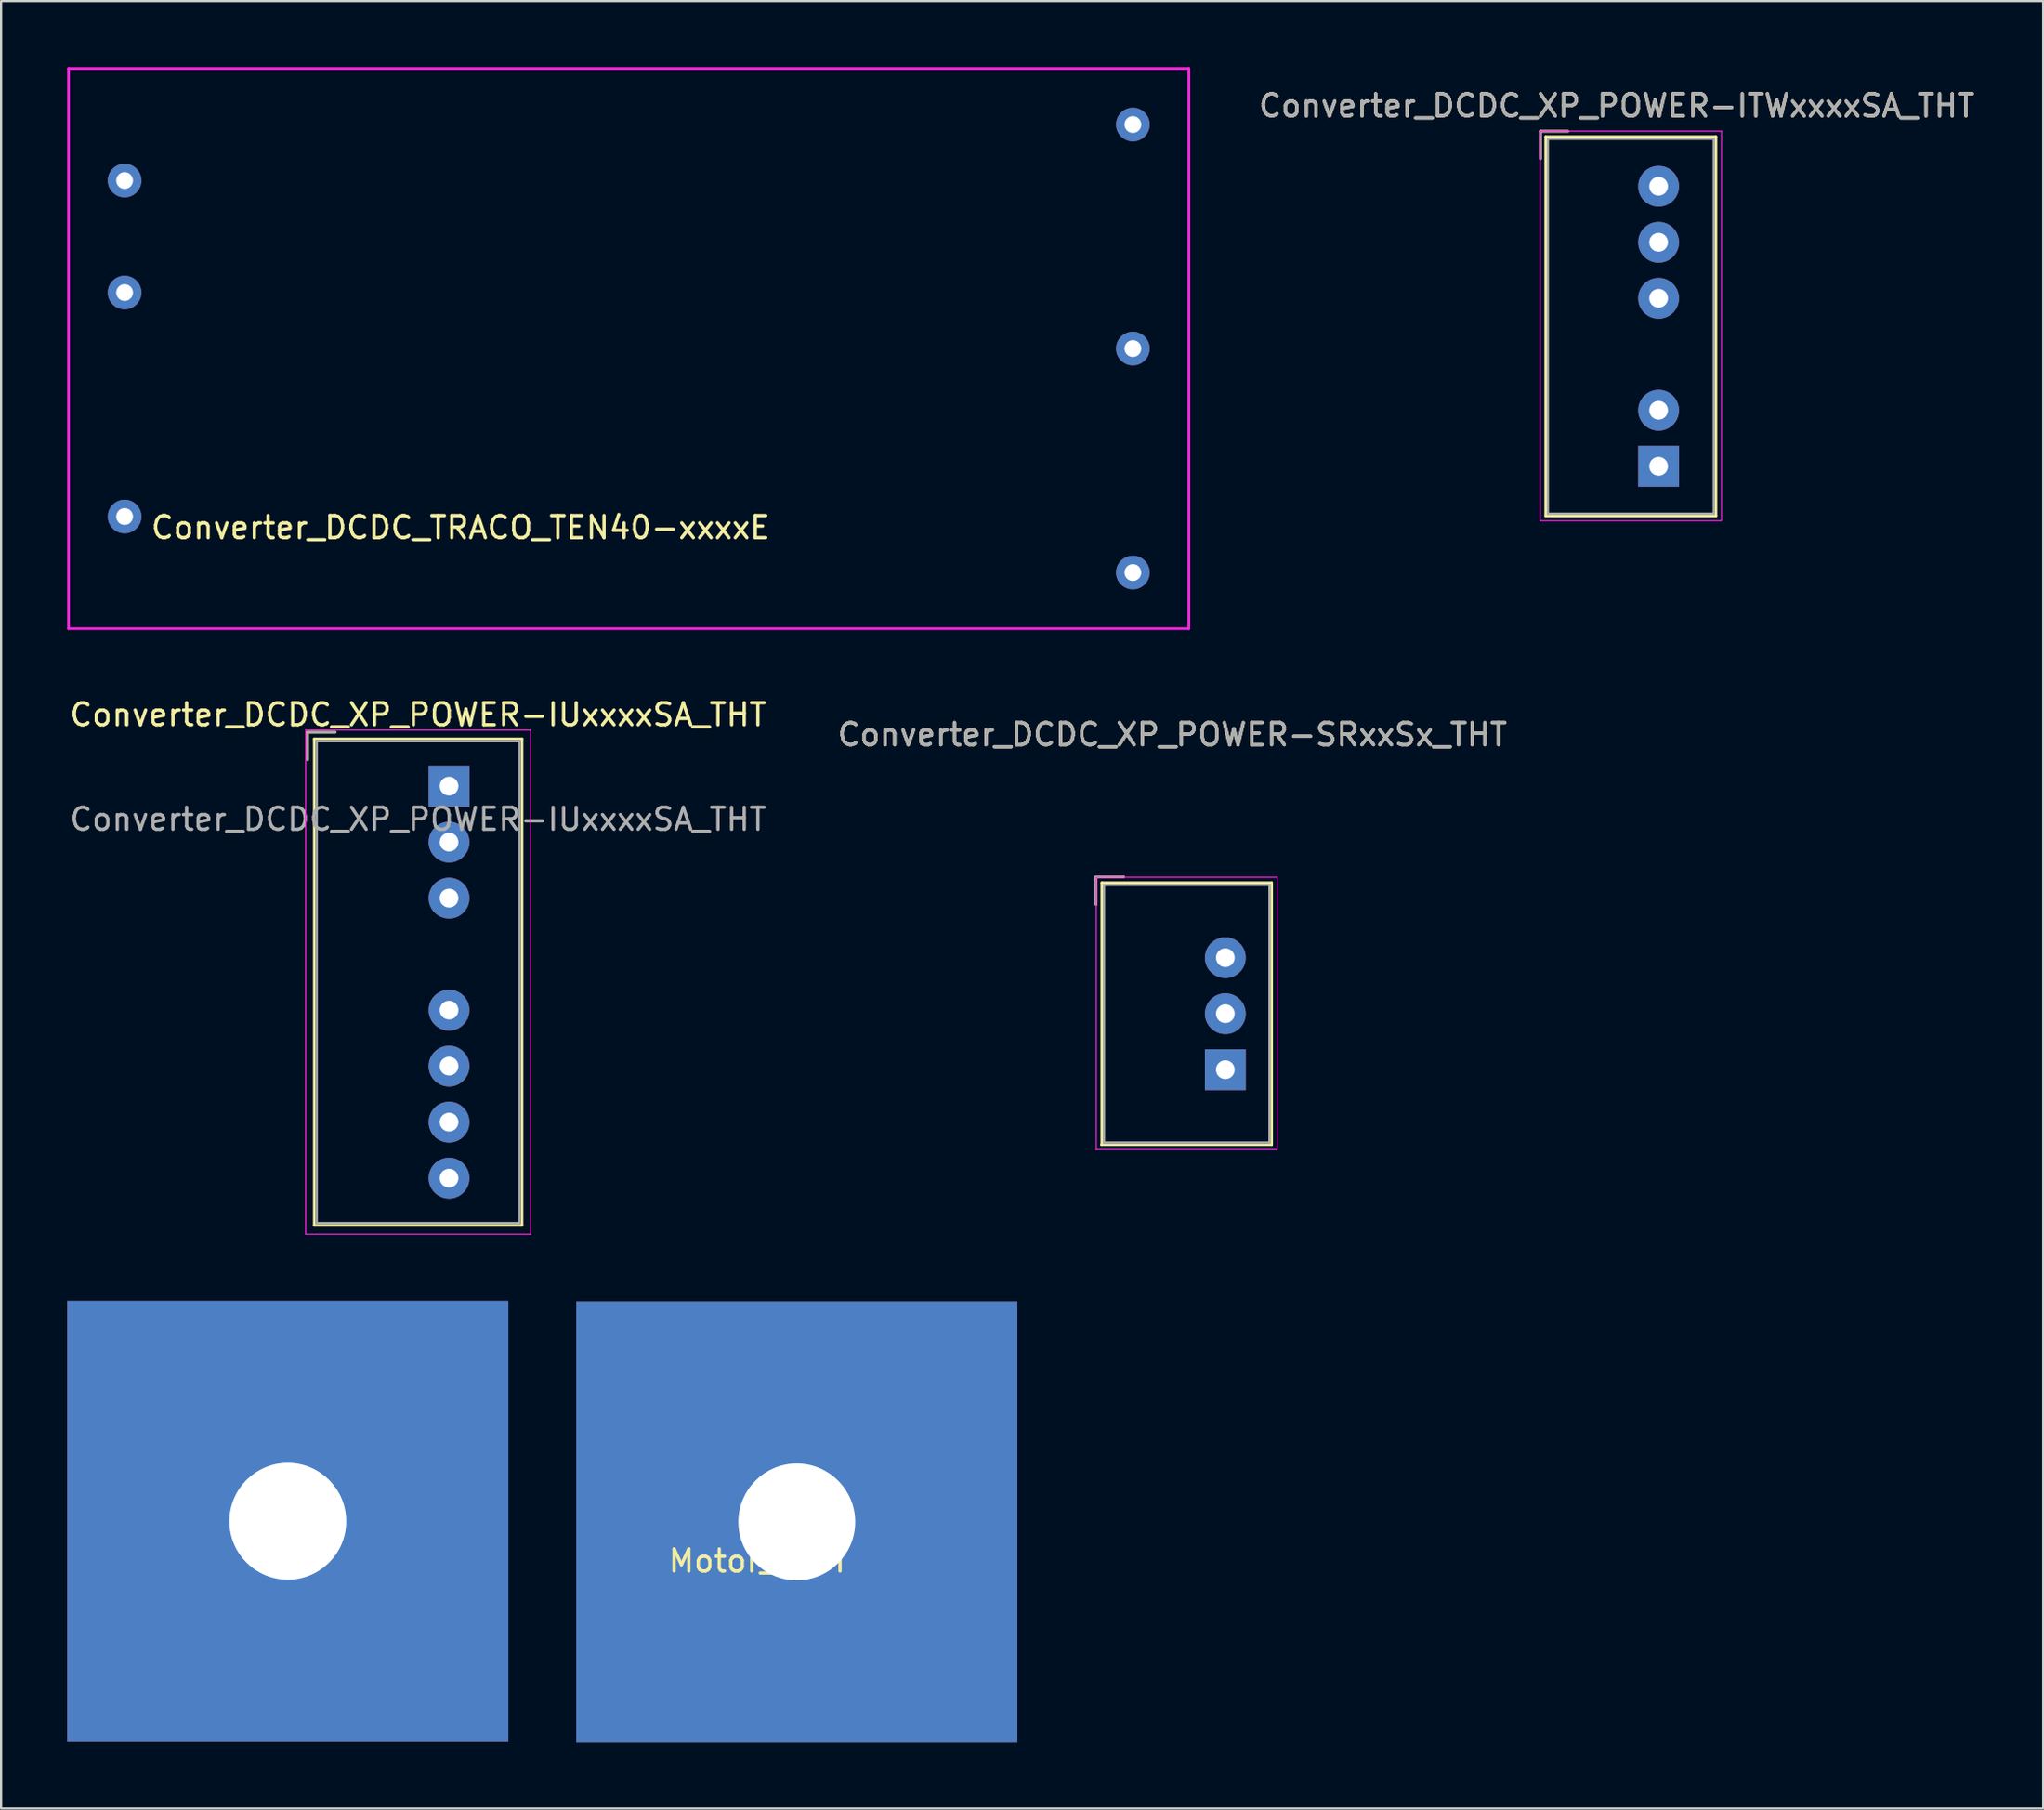
<source format=kicad_pcb>
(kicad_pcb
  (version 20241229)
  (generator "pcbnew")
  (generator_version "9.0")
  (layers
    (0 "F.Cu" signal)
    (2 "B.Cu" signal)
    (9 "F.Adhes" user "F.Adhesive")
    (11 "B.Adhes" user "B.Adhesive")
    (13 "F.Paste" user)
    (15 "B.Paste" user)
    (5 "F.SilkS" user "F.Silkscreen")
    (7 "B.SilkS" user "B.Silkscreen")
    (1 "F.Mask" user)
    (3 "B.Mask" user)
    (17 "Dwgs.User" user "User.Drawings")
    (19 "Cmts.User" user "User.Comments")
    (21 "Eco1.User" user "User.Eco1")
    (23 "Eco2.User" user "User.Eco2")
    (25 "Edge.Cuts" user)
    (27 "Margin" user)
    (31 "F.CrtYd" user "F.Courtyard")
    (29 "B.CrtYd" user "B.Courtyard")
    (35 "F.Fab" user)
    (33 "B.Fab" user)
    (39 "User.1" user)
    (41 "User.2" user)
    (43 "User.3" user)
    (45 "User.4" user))
  (footprint "Converter_DCDC_TRACO_TEN40-xxxxE"
    (layer "F.Cu")
    (at 17.84 21.65)
    (property "Reference" "Converter_DCDC_TRACO_TEN40-xxxxE" (at 0 -0.77 0) (layer "F.SilkS") (effects (font (size 1 1) (thickness 0.15))))
    (attr through_hole)
    (fp_line (start -17.78 -21.59) (end 33.02 -21.59) (stroke (width 0.12) (type solid)) (layer "F.CrtYd"))
    (fp_line (start -17.78 3.81) (end -17.78 -21.59) (stroke (width 0.12) (type solid)) (layer "F.CrtYd"))
    (fp_line (start 33.02 -21.59) (end 33.02 3.81) (stroke (width 0.12) (type solid)) (layer "F.CrtYd"))
    (fp_line (start 33.02 3.81) (end -17.78 3.81) (stroke (width 0.12) (type solid)) (layer "F.CrtYd"))
    (pad "1" thru_hole circle (at -15.24 -16.51) (size 1.524 1.524) (drill 0.762) (layers "*.Cu" "*.Mask"))
    (pad "2" thru_hole circle (at -15.24 -11.43) (size 1.524 1.524) (drill 0.762) (layers "*.Cu" "*.Mask"))
    (pad "3" thru_hole circle (at -15.24 -1.27) (size 1.524 1.524) (drill 0.762) (layers "*.Cu" "*.Mask"))
    (pad "4" thru_hole circle (at 30.48 -19.05) (size 1.524 1.524) (drill 0.762) (layers "*.Cu" "*.Mask"))
    (pad "5" thru_hole circle (at 30.48 -8.89) (size 1.524 1.524) (drill 0.762) (layers "*.Cu" "*.Mask"))
    (pad "6" thru_hole circle (at 30.48 1.27) (size 1.524 1.524) (drill 0.762) (layers "*.Cu" "*.Mask")))
  (footprint "Converter_DCDC_XP_POWER-IUxxxxSA_THT"
    (layer "F.Cu")
    (at 17.311 32.608)
    (property "Reference" "Converter_DCDC_XP_POWER-IUxxxxSA_THT" (at -1.4 -3.24 0) (layer "F.SilkS") (effects (font (size 1 1) (thickness 0.15))))
    (attr through_hole)
    (fp_line (start -6.41 -2.445) (end -6.41 -1.195) (stroke (width 0.12) (type solid)) (layer "F.SilkS"))
    (fp_line (start -6.11 -2.145) (end -6.11 19.925) (stroke (width 0.12) (type solid)) (layer "F.SilkS"))
    (fp_line (start -6.11 19.925) (end 3.31 19.925) (stroke (width 0.12) (type solid)) (layer "F.SilkS"))
    (fp_line (start -5.16 -2.445) (end -6.41 -2.445) (stroke (width 0.12) (type solid)) (layer "F.SilkS"))
    (fp_line (start 3.31 -2.145) (end -6.11 -2.145) (stroke (width 0.12) (type solid)) (layer "F.SilkS"))
    (fp_line (start 3.31 19.925) (end 3.31 -2.145) (stroke (width 0.12) (type solid)) (layer "F.SilkS"))
    (fp_line (start -6.5 -2.54) (end -6.5 20.32) (stroke (width 0.05) (type solid)) (layer "F.CrtYd"))
    (fp_line (start -6.5 20.32) (end 3.7 20.32) (stroke (width 0.05) (type solid)) (layer "F.CrtYd"))
    (fp_line (start 3.7 -2.54) (end -6.5 -2.54) (stroke (width 0.05) (type solid)) (layer "F.CrtYd"))
    (fp_line (start 3.7 20.32) (end 3.7 -2.54) (stroke (width 0.05) (type solid)) (layer "F.CrtYd"))
    (fp_line (start -6.41 -2.445) (end -6.41 -1.195) (stroke (width 0.1) (type solid)) (layer "F.Fab"))
    (fp_line (start -6 -2.035) (end -6 19.815) (stroke (width 0.1) (type solid)) (layer "F.Fab"))
    (fp_line (start -6 19.815) (end 3.2 19.815) (stroke (width 0.1) (type solid)) (layer "F.Fab"))
    (fp_line (start -5.16 -2.445) (end -6.41 -2.445) (stroke (width 0.1) (type solid)) (layer "F.Fab"))
    (fp_line (start 3.2 -2.035) (end -6 -2.035) (stroke (width 0.1) (type solid)) (layer "F.Fab"))
    (fp_line (start 3.2 19.815) (end 3.2 -2.035) (stroke (width 0.1) (type solid)) (layer "F.Fab"))
    (fp_text user "${REFERENCE}" (at -1.4 1.5 0) (layer "F.Fab") (effects (font (size 1 1) (thickness 0.15))))
    (pad "1" thru_hole rect (at 0 0) (size 1.85 1.85) (drill 0.85) (layers "*.Cu" "*.Mask"))
    (pad "2" thru_hole circle (at 0 2.54) (size 1.85 1.85) (drill 0.85) (layers "*.Cu" "*.Mask"))
    (pad "3" thru_hole circle (at 0 5.08) (size 1.85 1.85) (drill 0.85) (layers "*.Cu" "*.Mask"))
    (pad "5" thru_hole circle (at 0 10.16) (size 1.85 1.85) (drill 0.85) (layers "*.Cu" "*.Mask"))
    (pad "6" thru_hole circle (at 0 12.7) (size 1.85 1.85) (drill 0.85) (layers "*.Cu" "*.Mask"))
    (pad "7" thru_hole circle (at 0 15.24) (size 1.85 1.85) (drill 0.85) (layers "*.Cu" "*.Mask"))
    (pad "8" thru_hole circle (at 0 17.78) (size 1.85 1.85) (drill 0.85) (layers "*.Cu" "*.Mask")))
  (footprint "Motor_IGBT"
    (layer "F.Cu")
    (at 31.35 67.253)
    (property "Reference" "Motor_IGBT" (at 0 0.5 0) (layer "F.SilkS") (effects (font (size 1 1) (thickness 0.15))))
    (attr through_hole)
    (pad "1" thru_hole rect (at -21.35 -1.3) (size 20 20) (drill 5.3) (layers "*.Cu" "*.Mask"))
    (pad "2" thru_hole rect (at 1.73 -1.27) (size 20 20) (drill 5.3) (layers "*.Cu" "*.Mask")))
  (footprint "Converter_DCDC_XP_POWER-ITWxxxxSA_THT"
    (layer "F.Cu")
    (at 71.659 0.25)
    (property "Reference" "Converter_DCDC_XP_POWER-ITWxxxxSA_THT" (at -1.4 1.5 0) (layer "F.SilkS") (effects (font (size 1 1) (thickness 0.15))))
    (attr through_hole)
    (fp_line (start -4.86 2.655) (end -4.86 3.905) (stroke (width 0.12) (type solid)) (layer "F.SilkS"))
    (fp_line (start -4.62 2.9) (end -4.62 20.1) (stroke (width 0.12) (type solid)) (layer "F.SilkS"))
    (fp_line (start -4.62 20.1) (end 3.1 20.1) (stroke (width 0.12) (type solid)) (layer "F.SilkS"))
    (fp_line (start -3.61 2.655) (end -4.86 2.655) (stroke (width 0.12) (type solid)) (layer "F.SilkS"))
    (fp_line (start 3.1 2.9) (end -4.62 2.9) (stroke (width 0.12) (type solid)) (layer "F.SilkS"))
    (fp_line (start 3.1 20.1) (end 3.1 2.9) (stroke (width 0.12) (type solid)) (layer "F.SilkS"))
    (fp_line (start -4.87 2.65) (end -4.87 20.32) (stroke (width 0.05) (type solid)) (layer "F.CrtYd"))
    (fp_line (start -4.87 20.32) (end 3.35 20.32) (stroke (width 0.05) (type solid)) (layer "F.CrtYd"))
    (fp_line (start 3.35 2.65) (end -4.87 2.65) (stroke (width 0.05) (type solid)) (layer "F.CrtYd"))
    (fp_line (start 3.35 20.3) (end 3.35 2.65) (stroke (width 0.05) (type solid)) (layer "F.CrtYd"))
    (fp_line (start -4.86 2.655) (end -4.86 3.905) (stroke (width 0.1) (type solid)) (layer "F.Fab"))
    (fp_line (start -4.52 3) (end -4.52 20) (stroke (width 0.1) (type solid)) (layer "F.Fab"))
    (fp_line (start -4.52 20) (end 3 20) (stroke (width 0.1) (type solid)) (layer "F.Fab"))
    (fp_line (start -3.61 2.655) (end -4.86 2.655) (stroke (width 0.1) (type solid)) (layer "F.Fab"))
    (fp_line (start 3 3) (end -4.52 3) (stroke (width 0.1) (type solid)) (layer "F.Fab"))
    (fp_line (start 3 20) (end 3 3) (stroke (width 0.1) (type solid)) (layer "F.Fab"))
    (fp_text user "${REFERENCE}" (at -1.4 1.5 0) (layer "F.Fab") (effects (font (size 1 1) (thickness 0.15))))
    (pad "1" thru_hole rect (at 0.5 17.85) (size 1.85 1.85) (drill 0.85) (layers "*.Cu" "*.Mask"))
    (pad "2" thru_hole circle (at 0.5 15.31) (size 1.85 1.85) (drill 0.85) (layers "*.Cu" "*.Mask"))
    (pad "4" thru_hole circle (at 0.5 10.23) (size 1.85 1.85) (drill 0.85) (layers "*.Cu" "*.Mask"))
    (pad "5" thru_hole circle (at 0.5 7.69) (size 1.85 1.85) (drill 0.85) (layers "*.Cu" "*.Mask"))
    (pad "6" thru_hole circle (at 0.5 5.15) (size 1.85 1.85) (drill 0.85) (layers "*.Cu" "*.Mask")))
  (footprint "Converter_DCDC_XP_POWER-SRxxSx_THT"
    (layer "F.Cu")
    (at 51.513 28.77)
    (property "Reference" "Converter_DCDC_XP_POWER-SRxxSx_THT" (at -1.4 1.5 0) (layer "F.SilkS") (effects (font (size 1 1) (thickness 0.15))))
    (attr through_hole)
    (fp_line (start -4.86 7.955) (end -4.86 9.205) (stroke (width 0.12) (type solid)) (layer "F.SilkS"))
    (fp_line (start -4.62 20.1) (end 3.1 20.1) (stroke (width 0.12) (type solid)) (layer "F.SilkS"))
    (fp_line (start -4.6 8.22) (end -4.6 20.1) (stroke (width 0.12) (type solid)) (layer "F.SilkS"))
    (fp_line (start -3.61 7.955) (end -4.86 7.955) (stroke (width 0.12) (type solid)) (layer "F.SilkS"))
    (fp_line (start 3.1 8.22) (end -4.6 8.22) (stroke (width 0.12) (type solid)) (layer "F.SilkS"))
    (fp_line (start 3.1 20.1) (end 3.1 8.22) (stroke (width 0.12) (type solid)) (layer "F.SilkS"))
    (fp_line (start -4.87 20.32) (end 3.35 20.32) (stroke (width 0.05) (type solid)) (layer "F.CrtYd"))
    (fp_line (start -4.85 7.97) (end -4.85 20.32) (stroke (width 0.05) (type solid)) (layer "F.CrtYd"))
    (fp_line (start 3.35 7.97) (end -4.85 7.97) (stroke (width 0.05) (type solid)) (layer "F.CrtYd"))
    (fp_line (start 3.35 20.3) (end 3.35 7.97) (stroke (width 0.05) (type solid)) (layer "F.CrtYd"))
    (fp_line (start -4.86 7.955) (end -4.86 9.205) (stroke (width 0.1) (type solid)) (layer "F.Fab"))
    (fp_line (start -4.52 20) (end 3 20) (stroke (width 0.1) (type solid)) (layer "F.Fab"))
    (fp_line (start -4.5 8.32) (end -4.5 20) (stroke (width 0.1) (type solid)) (layer "F.Fab"))
    (fp_line (start -3.61 7.955) (end -4.86 7.955) (stroke (width 0.1) (type solid)) (layer "F.Fab"))
    (fp_line (start 3 8.32) (end -4.5 8.32) (stroke (width 0.1) (type solid)) (layer "F.Fab"))
    (fp_line (start 3 20) (end 3 8.32) (stroke (width 0.1) (type solid)) (layer "F.Fab"))
    (fp_text user "${REFERENCE}" (at -1.4 1.5 0) (layer "F.Fab") (effects (font (size 1 1) (thickness 0.15))))
    (pad "1" thru_hole rect (at 1 16.7) (size 1.85 1.85) (drill 0.85) (layers "*.Cu" "*.Mask"))
    (pad "2" thru_hole circle (at 1 14.16) (size 1.85 1.85) (drill 0.85) (layers "*.Cu" "*.Mask"))
    (pad "3" thru_hole circle (at 1 11.62) (size 1.85 1.85) (drill 0.85) (layers "*.Cu" "*.Mask")))
  (gr_rect
    (start -3 -3)
    (end 89.599 78.983)
    (stroke (width 0.1) (type default))
    (fill no)
    (layer "Edge.Cuts")))
</source>
